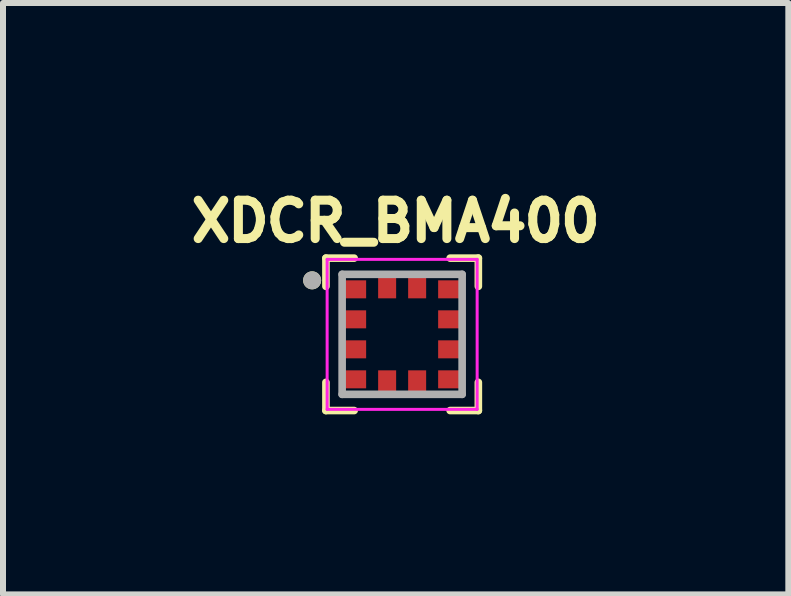
<source format=kicad_pcb>
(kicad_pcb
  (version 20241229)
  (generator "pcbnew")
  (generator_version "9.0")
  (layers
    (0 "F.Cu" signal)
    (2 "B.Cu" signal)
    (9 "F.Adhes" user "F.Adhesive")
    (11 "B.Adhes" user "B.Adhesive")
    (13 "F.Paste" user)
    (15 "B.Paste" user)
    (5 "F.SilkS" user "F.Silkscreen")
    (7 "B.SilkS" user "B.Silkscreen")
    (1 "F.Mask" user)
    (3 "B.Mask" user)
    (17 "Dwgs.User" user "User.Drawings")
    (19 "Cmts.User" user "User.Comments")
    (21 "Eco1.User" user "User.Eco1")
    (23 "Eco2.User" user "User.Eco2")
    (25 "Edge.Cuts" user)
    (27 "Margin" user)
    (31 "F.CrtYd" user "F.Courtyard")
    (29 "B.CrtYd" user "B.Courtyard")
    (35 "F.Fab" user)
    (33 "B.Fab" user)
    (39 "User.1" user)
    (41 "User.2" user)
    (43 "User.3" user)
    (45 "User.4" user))
  (footprint "XDCR_BMA400"
    (layer "F.Cu")
    (at 3.652 2.522)
    (property "Reference" "XDCR_BMA400" (at -0.108 -1.884 0) (layer "F.SilkS") (effects (font (size 0.64 0.64) (thickness 0.15))))
    (attr smd)
    (fp_poly (pts (xy -1 -0.95) (xy -0.55 -0.95) (xy -0.55 -0.55) (xy -1 -0.55)) (stroke (width 0.01) (type solid)) (fill yes) (layer "F.Mask"))
    (fp_poly (pts (xy -1 -0.45) (xy -0.55 -0.45) (xy -0.55 -0.05) (xy -1 -0.05)) (stroke (width 0.01) (type solid)) (fill yes) (layer "F.Mask"))
    (fp_poly (pts (xy -1 0.05) (xy -0.55 0.05) (xy -0.55 0.45) (xy -1 0.45)) (stroke (width 0.01) (type solid)) (fill yes) (layer "F.Mask"))
    (fp_poly (pts (xy -1 0.55) (xy -0.55 0.55) (xy -0.55 0.95) (xy -1 0.95)) (stroke (width 0.01) (type solid)) (fill yes) (layer "F.Mask"))
    (fp_poly (pts (xy -0.45 -1) (xy -0.05 -1) (xy -0.05 -0.55) (xy -0.45 -0.55)) (stroke (width 0.01) (type solid)) (fill yes) (layer "F.Mask"))
    (fp_poly (pts (xy -0.45 0.55) (xy -0.05 0.55) (xy -0.05 1) (xy -0.45 1)) (stroke (width 0.01) (type solid)) (fill yes) (layer "F.Mask"))
    (fp_poly (pts (xy 0.05 -1) (xy 0.45 -1) (xy 0.45 -0.55) (xy 0.05 -0.55)) (stroke (width 0.01) (type solid)) (fill yes) (layer "F.Mask"))
    (fp_poly (pts (xy 0.05 0.55) (xy 0.45 0.55) (xy 0.45 1) (xy 0.05 1)) (stroke (width 0.01) (type solid)) (fill yes) (layer "F.Mask"))
    (fp_poly (pts (xy 0.55 -0.95) (xy 1 -0.95) (xy 1 -0.55) (xy 0.55 -0.55)) (stroke (width 0.01) (type solid)) (fill yes) (layer "F.Mask"))
    (fp_poly (pts (xy 0.55 -0.45) (xy 1 -0.45) (xy 1 -0.05) (xy 0.55 -0.05)) (stroke (width 0.01) (type solid)) (fill yes) (layer "F.Mask"))
    (fp_poly (pts (xy 0.55 0.05) (xy 1 0.05) (xy 1 0.45) (xy 0.55 0.45)) (stroke (width 0.01) (type solid)) (fill yes) (layer "F.Mask"))
    (fp_poly (pts (xy 0.55 0.55) (xy 1 0.55) (xy 1 0.95) (xy 0.55 0.95)) (stroke (width 0.01) (type solid)) (fill yes) (layer "F.Mask"))
    (fp_line (start -1.27 -1.27) (end -1.27 -0.8) (stroke (width 0.127) (type solid)) (layer "F.SilkS"))
    (fp_line (start -1.27 -1.27) (end -0.8 -1.27) (stroke (width 0.127) (type solid)) (layer "F.SilkS"))
    (fp_line (start -1.27 1.27) (end -1.27 0.8) (stroke (width 0.127) (type solid)) (layer "F.SilkS"))
    (fp_line (start -1.27 1.27) (end -0.8 1.27) (stroke (width 0.127) (type solid)) (layer "F.SilkS"))
    (fp_line (start 1.27 -1.27) (end 0.8 -1.27) (stroke (width 0.127) (type solid)) (layer "F.SilkS"))
    (fp_line (start 1.27 -1.27) (end 1.27 -0.8) (stroke (width 0.127) (type solid)) (layer "F.SilkS"))
    (fp_line (start 1.27 1.27) (end 0.8 1.27) (stroke (width 0.127) (type solid)) (layer "F.SilkS"))
    (fp_line (start 1.27 1.27) (end 1.27 0.8) (stroke (width 0.127) (type solid)) (layer "F.SilkS"))
    (fp_circle (center -1.5 -0.9) (end -1.425 -0.9) (stroke (width 0.15) (type solid)) (fill no) (layer "F.SilkS"))
    (fp_poly (pts (xy -0.925 -0.875) (xy -0.625 -0.875) (xy -0.625 -0.625) (xy -0.925 -0.625)) (stroke (width 0.01) (type solid)) (fill yes) (layer "F.Paste"))
    (fp_poly (pts (xy -0.925 -0.375) (xy -0.625 -0.375) (xy -0.625 -0.125) (xy -0.925 -0.125)) (stroke (width 0.01) (type solid)) (fill yes) (layer "F.Paste"))
    (fp_poly (pts (xy -0.925 0.125) (xy -0.625 0.125) (xy -0.625 0.375) (xy -0.925 0.375)) (stroke (width 0.01) (type solid)) (fill yes) (layer "F.Paste"))
    (fp_poly (pts (xy -0.925 0.625) (xy -0.625 0.625) (xy -0.625 0.875) (xy -0.925 0.875)) (stroke (width 0.01) (type solid)) (fill yes) (layer "F.Paste"))
    (fp_poly (pts (xy -0.375 -0.925) (xy -0.125 -0.925) (xy -0.125 -0.625) (xy -0.375 -0.625)) (stroke (width 0.01) (type solid)) (fill yes) (layer "F.Paste"))
    (fp_poly (pts (xy -0.375 0.625) (xy -0.125 0.625) (xy -0.125 0.925) (xy -0.375 0.925)) (stroke (width 0.01) (type solid)) (fill yes) (layer "F.Paste"))
    (fp_poly (pts (xy 0.125 -0.925) (xy 0.375 -0.925) (xy 0.375 -0.625) (xy 0.125 -0.625)) (stroke (width 0.01) (type solid)) (fill yes) (layer "F.Paste"))
    (fp_poly (pts (xy 0.125 0.625) (xy 0.375 0.625) (xy 0.375 0.925) (xy 0.125 0.925)) (stroke (width 0.01) (type solid)) (fill yes) (layer "F.Paste"))
    (fp_poly (pts (xy 0.625 -0.875) (xy 0.925 -0.875) (xy 0.925 -0.625) (xy 0.625 -0.625)) (stroke (width 0.01) (type solid)) (fill yes) (layer "F.Paste"))
    (fp_poly (pts (xy 0.625 -0.375) (xy 0.925 -0.375) (xy 0.925 -0.125) (xy 0.625 -0.125)) (stroke (width 0.01) (type solid)) (fill yes) (layer "F.Paste"))
    (fp_poly (pts (xy 0.625 0.125) (xy 0.925 0.125) (xy 0.925 0.375) (xy 0.625 0.375)) (stroke (width 0.01) (type solid)) (fill yes) (layer "F.Paste"))
    (fp_poly (pts (xy 0.625 0.625) (xy 0.925 0.625) (xy 0.925 0.875) (xy 0.625 0.875)) (stroke (width 0.01) (type solid)) (fill yes) (layer "F.Paste"))
    (fp_line (start -1.25 -1.25) (end 1.25 -1.25) (stroke (width 0.05) (type solid)) (layer "F.CrtYd"))
    (fp_line (start -1.25 1.25) (end -1.25 -1.25) (stroke (width 0.05) (type solid)) (layer "F.CrtYd"))
    (fp_line (start 1.25 -1.25) (end 1.25 1.25) (stroke (width 0.05) (type solid)) (layer "F.CrtYd"))
    (fp_line (start 1.25 1.25) (end -1.25 1.25) (stroke (width 0.05) (type solid)) (layer "F.CrtYd"))
    (fp_line (start -1 -1) (end 1 -1) (stroke (width 0.127) (type solid)) (layer "F.Fab"))
    (fp_line (start -1 1) (end -1 -1) (stroke (width 0.127) (type solid)) (layer "F.Fab"))
    (fp_line (start 1 -1) (end 1 1) (stroke (width 0.127) (type solid)) (layer "F.Fab"))
    (fp_line (start 1 1) (end -1 1) (stroke (width 0.127) (type solid)) (layer "F.Fab"))
    (fp_circle (center -1.5 -0.9) (end -1.425 -0.9) (stroke (width 0.15) (type solid)) (fill no) (layer "F.Fab"))
    (pad "1" smd rect (at -0.775 -0.75) (size 0.35 0.3) (layers "F.Cu"))
    (pad "2" smd rect (at -0.775 -0.25) (size 0.35 0.3) (layers "F.Cu"))
    (pad "3" smd rect (at -0.775 0.25) (size 0.35 0.3) (layers "F.Cu"))
    (pad "4" smd rect (at -0.775 0.75) (size 0.35 0.3) (layers "F.Cu"))
    (pad "5" smd rect (at -0.25 0.775) (size 0.3 0.35) (layers "F.Cu"))
    (pad "6" smd rect (at 0.25 0.775) (size 0.3 0.35) (layers "F.Cu"))
    (pad "7" smd rect (at 0.775 0.75) (size 0.35 0.3) (layers "F.Cu"))
    (pad "8" smd rect (at 0.775 0.25) (size 0.35 0.3) (layers "F.Cu"))
    (pad "9" smd rect (at 0.775 -0.25) (size 0.35 0.3) (layers "F.Cu"))
    (pad "10" smd rect (at 0.775 -0.75) (size 0.35 0.3) (layers "F.Cu"))
    (pad "11" smd rect (at 0.25 -0.775) (size 0.3 0.35) (layers "F.Cu"))
    (pad "12" smd rect (at -0.25 -0.775) (size 0.3 0.35) (layers "F.Cu"))
    (zone (net_name "") (layer "F.Cu") (hatch full 0.508) (connect_pads) (min_thickness 0.01) (filled_areas_thickness no) (keepout (tracks not_allowed) (vias not_allowed) (pads not_allowed) (copperpour not_allowed) (footprints allowed)) (placement (enabled no)) (fill) (polygon (pts (xy 3.177 2.047) (xy 4.127 2.047) (xy 4.127 2.997) (xy 3.177 2.997))))
    (zone (net_name "") (layers "F.Cu" "B.Cu") (hatch full 0.508) (connect_pads) (min_thickness 0.01) (filled_areas_thickness no) (keepout (tracks allowed) (vias not_allowed) (pads allowed) (copperpour allowed) (footprints allowed)) (placement (enabled no)) (fill) (polygon (pts (xy 3.177 2.047) (xy 4.127 2.047) (xy 4.127 2.997) (xy 3.177 2.997)))))
  (gr_rect
    (start -3 -3)
    (end 10.088 6.856)
    (stroke (width 0.1) (type default))
    (fill no)
    (layer "Edge.Cuts")))
</source>
